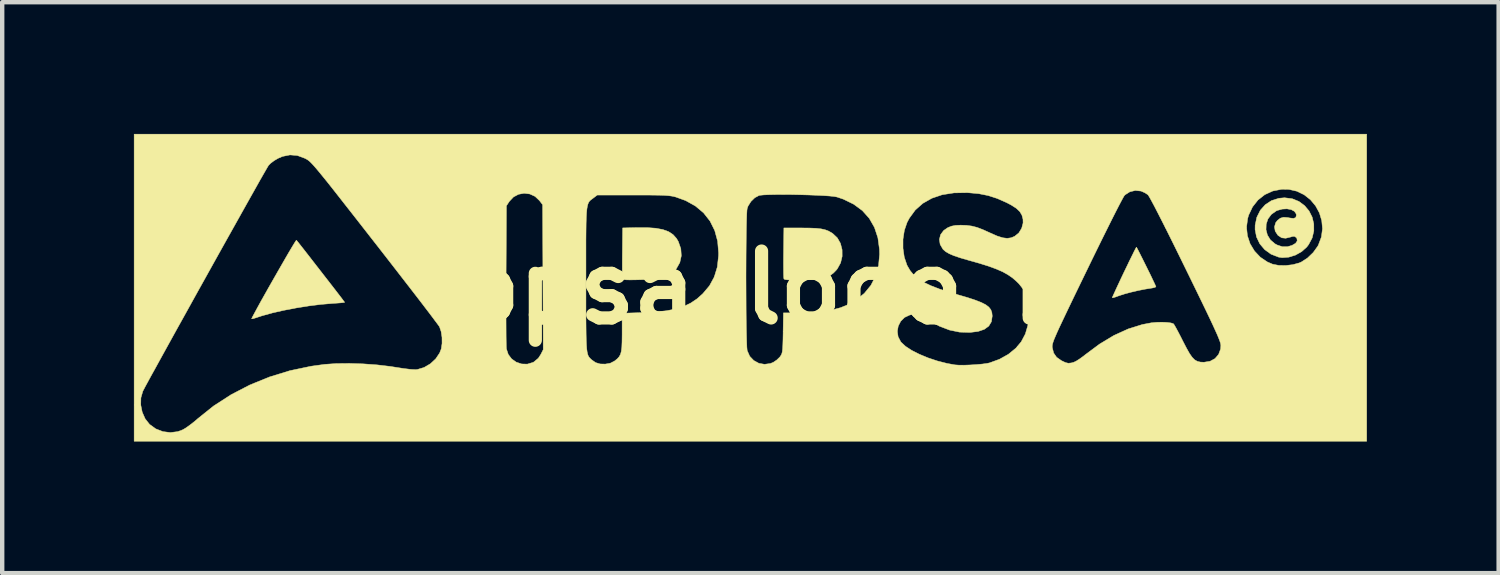
<source format=kicad_pcb>
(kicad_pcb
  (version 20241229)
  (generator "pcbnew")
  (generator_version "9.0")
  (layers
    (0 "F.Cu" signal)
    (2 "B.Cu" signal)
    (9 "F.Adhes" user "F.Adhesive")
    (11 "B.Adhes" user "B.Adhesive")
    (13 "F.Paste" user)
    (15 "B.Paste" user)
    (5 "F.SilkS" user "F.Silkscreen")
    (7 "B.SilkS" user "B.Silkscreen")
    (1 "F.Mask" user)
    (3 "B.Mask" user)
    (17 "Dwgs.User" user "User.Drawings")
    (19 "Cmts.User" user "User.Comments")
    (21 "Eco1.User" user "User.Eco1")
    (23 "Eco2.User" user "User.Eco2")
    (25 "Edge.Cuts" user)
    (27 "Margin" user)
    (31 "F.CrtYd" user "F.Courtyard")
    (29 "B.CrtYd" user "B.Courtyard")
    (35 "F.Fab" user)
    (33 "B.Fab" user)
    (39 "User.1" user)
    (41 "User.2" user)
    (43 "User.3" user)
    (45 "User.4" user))
  (footprint "ippsa logo b"
    (layer "F.Cu")
    (at 14.041 3.502)
    (property "Reference" "ippsa logo b" (at 0 0 0) (layer "F.SilkS") (effects (font (size 1.524 1.524) (thickness 0.3))))
    (attr through_hole)
    (fp_poly (pts (xy -2.354 -1.368) (xy -2.154 -1.354) (xy -1.992 -1.323) (xy -1.863 -1.276) (xy -1.762 -1.209) (xy -1.684 -1.122) (xy -1.642 -1.051) (xy -1.585 -0.888) (xy -1.574 -0.726) (xy -1.608 -0.572) (xy -1.687 -0.433) (xy -1.769 -0.346) (xy -1.834 -0.295) (xy -1.9 -0.257) (xy -1.975 -0.229) (xy -2.068 -0.209) (xy -2.188 -0.195) (xy -2.343 -0.186) (xy -2.478 -0.182) (xy -2.637 -0.178) (xy -2.752 -0.177) (xy -2.83 -0.179) (xy -2.879 -0.185) (xy -2.903 -0.195) (xy -2.91 -0.204) (xy -2.913 -0.238) (xy -2.916 -0.314) (xy -2.918 -0.425) (xy -2.918 -0.564) (xy -2.917 -0.721) (xy -2.916 -0.8) (xy -2.91 -1.361) (xy -2.597 -1.368) (xy -2.354 -1.368)) (stroke (width 0.01) (type solid)) (fill yes) (layer "F.SilkS"))
    (fp_poly (pts (xy 1.174 -1.36) (xy 1.358 -1.358) (xy 1.501 -1.352) (xy 1.613 -1.339) (xy 1.702 -1.319) (xy 1.778 -1.29) (xy 1.85 -1.25) (xy 1.875 -1.233) (xy 1.98 -1.134) (xy 2.051 -1.008) (xy 2.088 -0.864) (xy 2.089 -0.713) (xy 2.054 -0.565) (xy 1.98 -0.431) (xy 1.959 -0.404) (xy 1.89 -0.333) (xy 1.815 -0.279) (xy 1.726 -0.24) (xy 1.615 -0.212) (xy 1.474 -0.194) (xy 1.295 -0.183) (xy 1.193 -0.18) (xy 1.034 -0.176) (xy 0.919 -0.176) (xy 0.841 -0.179) (xy 0.792 -0.185) (xy 0.768 -0.195) (xy 0.762 -0.204) (xy 0.758 -0.238) (xy 0.755 -0.314) (xy 0.754 -0.425) (xy 0.753 -0.564) (xy 0.754 -0.721) (xy 0.755 -0.8) (xy 0.762 -1.361) (xy 1.174 -1.36)) (stroke (width 0.01) (type solid)) (fill yes) (layer "F.SilkS"))
    (fp_poly (pts (xy 8.804 -0.902) (xy 8.835 -0.844) (xy 8.879 -0.757) (xy 8.933 -0.65) (xy 8.992 -0.531) (xy 9.053 -0.408) (xy 9.112 -0.289) (xy 9.163 -0.181) (xy 9.204 -0.095) (xy 9.231 -0.036) (xy 9.236 -0.024) (xy 9.219 -0.009) (xy 9.165 0.005) (xy 9.124 0.012) (xy 8.986 0.034) (xy 8.83 0.065) (xy 8.672 0.102) (xy 8.526 0.141) (xy 8.41 0.178) (xy 8.385 0.187) (xy 8.311 0.214) (xy 8.259 0.229) (xy 8.241 0.228) (xy 8.251 0.201) (xy 8.28 0.137) (xy 8.323 0.043) (xy 8.377 -0.073) (xy 8.438 -0.204) (xy 8.504 -0.343) (xy 8.571 -0.481) (xy 8.634 -0.613) (xy 8.692 -0.73) (xy 8.739 -0.826) (xy 8.773 -0.892) (xy 8.79 -0.922) (xy 8.791 -0.923) (xy 8.804 -0.902)) (stroke (width 0.01) (type solid)) (fill yes) (layer "F.SilkS"))
    (fp_poly (pts (xy -10.34 -1.082) (xy -10.317 -1.054) (xy -10.269 -0.994) (xy -10.199 -0.905) (xy -10.113 -0.795) (xy -10.014 -0.668) (xy -9.907 -0.53) (xy -9.795 -0.386) (xy -9.683 -0.242) (xy -9.575 -0.103) (xy -9.475 0.026) (xy -9.388 0.139) (xy -9.317 0.231) (xy -9.268 0.297) (xy -9.243 0.33) (xy -9.241 0.333) (xy -9.264 0.338) (xy -9.327 0.345) (xy -9.421 0.352) (xy -9.522 0.359) (xy -9.783 0.381) (xy -10.062 0.416) (xy -10.348 0.462) (xy -10.629 0.516) (xy -10.893 0.576) (xy -11.126 0.641) (xy -11.26 0.685) (xy -11.321 0.704) (xy -11.356 0.709) (xy -11.36 0.705) (xy -11.335 0.654) (xy -11.29 0.57) (xy -11.229 0.457) (xy -11.155 0.322) (xy -11.07 0.171) (xy -10.978 0.007) (xy -10.881 -0.163) (xy -10.784 -0.333) (xy -10.689 -0.498) (xy -10.6 -0.653) (xy -10.519 -0.793) (xy -10.449 -0.911) (xy -10.394 -1.002) (xy -10.357 -1.061) (xy -10.34 -1.082) (xy -10.34 -1.082)) (stroke (width 0.01) (type solid)) (fill yes) (layer "F.SilkS"))
    (fp_poly (pts (xy 12.34 -2.026) (xy 12.493 -1.964) (xy 12.621 -1.869) (xy 12.723 -1.748) (xy 12.794 -1.607) (xy 12.831 -1.453) (xy 12.832 -1.293) (xy 12.794 -1.133) (xy 12.713 -0.981) (xy 12.671 -0.926) (xy 12.554 -0.821) (xy 12.413 -0.742) (xy 12.261 -0.695) (xy 12.111 -0.684) (xy 12.026 -0.697) (xy 11.855 -0.764) (xy 11.712 -0.868) (xy 11.6 -1.001) (xy 11.526 -1.156) (xy 11.495 -1.32) (xy 11.743 -1.32) (xy 11.775 -1.198) (xy 11.843 -1.088) (xy 11.947 -0.999) (xy 12 -0.971) (xy 12.118 -0.932) (xy 12.228 -0.932) (xy 12.336 -0.964) (xy 12.415 -1.01) (xy 12.453 -1.064) (xy 12.447 -1.12) (xy 12.428 -1.144) (xy 12.392 -1.169) (xy 12.348 -1.167) (xy 12.305 -1.154) (xy 12.191 -1.126) (xy 12.101 -1.136) (xy 12.022 -1.187) (xy 12.011 -1.197) (xy 11.952 -1.287) (xy 11.936 -1.385) (xy 11.963 -1.48) (xy 12.003 -1.531) (xy 12.069 -1.583) (xy 12.142 -1.604) (xy 12.238 -1.597) (xy 12.282 -1.588) (xy 12.371 -1.578) (xy 12.421 -1.598) (xy 12.434 -1.649) (xy 12.429 -1.682) (xy 12.39 -1.739) (xy 12.317 -1.778) (xy 12.22 -1.796) (xy 12.112 -1.79) (xy 12.003 -1.76) (xy 11.977 -1.749) (xy 11.864 -1.669) (xy 11.787 -1.565) (xy 11.747 -1.446) (xy 11.743 -1.32) (xy 11.495 -1.32) (xy 11.494 -1.327) (xy 11.495 -1.423) (xy 11.534 -1.605) (xy 11.613 -1.763) (xy 11.726 -1.89) (xy 11.868 -1.983) (xy 12.035 -2.036) (xy 12.165 -2.048) (xy 12.34 -2.026)) (stroke (width 0.01) (type solid)) (fill yes) (layer "F.SilkS"))
    (fp_poly (pts (xy 14.036 3.497) (xy -14.036 3.497) (xy -14.036 2.671) (xy -13.885 2.671) (xy -13.852 2.834) (xy -13.785 2.986) (xy -13.686 3.111) (xy -13.683 3.114) (xy -13.543 3.215) (xy -13.381 3.278) (xy -13.21 3.299) (xy -13.041 3.278) (xy -12.925 3.234) (xy -12.853 3.191) (xy -12.76 3.124) (xy -12.657 3.044) (xy -12.588 2.984) (xy -12.226 2.694) (xy -11.83 2.438) (xy -11.405 2.217) (xy -10.956 2.034) (xy -10.488 1.89) (xy -10.007 1.789) (xy -9.694 1.746) (xy -9.429 1.728) (xy -9.132 1.725) (xy -8.818 1.735) (xy -8.504 1.758) (xy -8.206 1.793) (xy -8.098 1.81) (xy -7.899 1.841) (xy -7.743 1.86) (xy -7.632 1.866) (xy -7.586 1.863) (xy -7.432 1.817) (xy -7.289 1.733) (xy -7.167 1.62) (xy -7.078 1.487) (xy -7.041 1.392) (xy -7.023 1.27) (xy -7.024 1.132) (xy -7.044 1) (xy -7.08 0.894) (xy -7.081 0.891) (xy -7.104 0.858) (xy -7.155 0.789) (xy -7.232 0.686) (xy -7.333 0.552) (xy -7.368 0.507) (xy -5.566 0.507) (xy -5.566 0.735) (xy -5.565 0.937) (xy -5.564 1.108) (xy -5.562 1.243) (xy -5.56 1.339) (xy -5.557 1.39) (xy -5.557 1.393) (xy -5.515 1.52) (xy -5.438 1.622) (xy -5.333 1.696) (xy -5.211 1.737) (xy -5.081 1.741) (xy -4.952 1.702) (xy -4.933 1.692) (xy -4.83 1.606) (xy -4.776 1.523) (xy -4.719 1.411) (xy -4.726 -0.239) (xy -4.727 -0.571) (xy -3.746 -0.571) (xy -3.746 -0.243) (xy -3.746 -0.187) (xy -3.746 0.146) (xy -3.746 0.433) (xy -3.746 0.677) (xy -3.744 0.883) (xy -3.742 1.053) (xy -3.739 1.192) (xy -3.734 1.304) (xy -3.728 1.391) (xy -3.719 1.459) (xy -3.708 1.51) (xy -3.695 1.548) (xy -3.679 1.577) (xy -3.66 1.6) (xy -3.638 1.622) (xy -3.618 1.641) (xy -3.526 1.706) (xy -3.423 1.737) (xy -3.305 1.74) (xy -3.191 1.72) (xy -3.098 1.672) (xy -3.086 1.664) (xy -3.031 1.619) (xy -2.99 1.573) (xy -2.96 1.52) (xy -2.941 1.451) (xy -2.929 1.358) (xy -2.924 1.234) (xy -2.922 1.069) (xy -2.922 1.017) (xy -2.922 0.582) (xy -2.441 0.567) (xy -2.154 0.552) (xy -1.909 0.525) (xy -1.699 0.484) (xy -1.518 0.426) (xy -1.359 0.35) (xy -1.215 0.253) (xy -1.085 0.137) (xy -0.933 -0.043) (xy -0.823 -0.245) (xy -0.823 -0.246) (xy -0.101 -0.246) (xy -0.1 0.006) (xy -0.099 0.254) (xy -0.098 0.492) (xy -0.096 0.716) (xy -0.093 0.919) (xy -0.089 1.096) (xy -0.085 1.243) (xy -0.081 1.352) (xy -0.075 1.42) (xy -0.072 1.436) (xy -0.015 1.563) (xy 0.077 1.659) (xy 0.192 1.722) (xy 0.321 1.745) (xy 0.455 1.727) (xy 0.523 1.699) (xy 0.601 1.646) (xy 0.669 1.58) (xy 0.678 1.568) (xy 0.699 1.536) (xy 0.715 1.502) (xy 0.726 1.458) (xy 0.733 1.396) (xy 0.738 1.308) (xy 0.742 1.186) (xy 0.745 1.03) (xy 0.745 0.995) (xy 3.346 0.995) (xy 3.364 1.118) (xy 3.424 1.232) (xy 3.434 1.244) (xy 3.533 1.336) (xy 3.674 1.428) (xy 3.848 1.516) (xy 4.045 1.598) (xy 4.258 1.669) (xy 4.477 1.725) (xy 4.658 1.758) (xy 4.744 1.764) (xy 4.865 1.765) (xy 5.005 1.76) (xy 5.149 1.751) (xy 5.283 1.739) (xy 5.391 1.724) (xy 5.444 1.713) (xy 5.672 1.63) (xy 5.876 1.516) (xy 6.046 1.377) (xy 6.077 1.34) (xy 6.873 1.34) (xy 6.875 1.363) (xy 6.875 1.365) (xy 6.907 1.489) (xy 6.974 1.585) (xy 7.084 1.662) (xy 7.094 1.667) (xy 7.177 1.706) (xy 7.241 1.721) (xy 7.307 1.714) (xy 7.361 1.7) (xy 7.417 1.674) (xy 7.496 1.624) (xy 7.586 1.559) (xy 7.623 1.529) (xy 7.951 1.285) (xy 8.278 1.088) (xy 8.603 0.94) (xy 8.926 0.839) (xy 9.131 0.8) (xy 9.249 0.789) (xy 9.372 0.786) (xy 9.486 0.791) (xy 9.578 0.803) (xy 9.634 0.821) (xy 9.634 0.821) (xy 9.653 0.847) (xy 9.69 0.911) (xy 9.74 1.004) (xy 9.8 1.119) (xy 9.848 1.215) (xy 9.932 1.377) (xy 10 1.498) (xy 10.061 1.585) (xy 10.118 1.643) (xy 10.178 1.677) (xy 10.246 1.694) (xy 10.328 1.698) (xy 10.33 1.698) (xy 10.468 1.676) (xy 10.581 1.615) (xy 10.663 1.52) (xy 10.708 1.398) (xy 10.714 1.322) (xy 10.712 1.296) (xy 10.705 1.261) (xy 10.69 1.215) (xy 10.667 1.155) (xy 10.635 1.077) (xy 10.591 0.979) (xy 10.535 0.856) (xy 10.465 0.707) (xy 10.379 0.527) (xy 10.276 0.314) (xy 10.155 0.065) (xy 10.014 -0.224) (xy 9.915 -0.426) (xy 9.763 -0.736) (xy 9.622 -1.022) (xy 9.494 -1.279) (xy 9.444 -1.378) (xy 11.299 -1.378) (xy 11.319 -1.184) (xy 11.38 -1.001) (xy 11.48 -0.835) (xy 11.613 -0.694) (xy 11.775 -0.585) (xy 11.896 -0.534) (xy 12.032 -0.508) (xy 12.19 -0.505) (xy 12.352 -0.524) (xy 12.496 -0.563) (xy 12.544 -0.583) (xy 12.687 -0.675) (xy 12.818 -0.801) (xy 12.92 -0.943) (xy 12.934 -0.968) (xy 13.004 -1.154) (xy 13.029 -1.342) (xy 13.012 -1.527) (xy 12.959 -1.703) (xy 12.872 -1.863) (xy 12.755 -2.003) (xy 12.612 -2.116) (xy 12.446 -2.197) (xy 12.263 -2.239) (xy 12.101 -2.242) (xy 11.897 -2.202) (xy 11.715 -2.119) (xy 11.56 -1.997) (xy 11.436 -1.84) (xy 11.347 -1.652) (xy 11.325 -1.575) (xy 11.299 -1.378) (xy 9.444 -1.378) (xy 9.379 -1.507) (xy 9.279 -1.703) (xy 9.196 -1.864) (xy 9.13 -1.987) (xy 9.083 -2.071) (xy 9.056 -2.113) (xy 9.053 -2.116) (xy 8.987 -2.16) (xy 8.904 -2.197) (xy 8.891 -2.201) (xy 8.766 -2.214) (xy 8.642 -2.184) (xy 8.535 -2.116) (xy 8.518 -2.099) (xy 8.497 -2.066) (xy 8.456 -1.991) (xy 8.397 -1.879) (xy 8.322 -1.733) (xy 8.233 -1.557) (xy 8.132 -1.354) (xy 8.02 -1.129) (xy 7.9 -0.885) (xy 7.773 -0.626) (xy 7.658 -0.389) (xy 7.507 -0.078) (xy 7.376 0.192) (xy 7.265 0.423) (xy 7.171 0.62) (xy 7.093 0.784) (xy 7.029 0.92) (xy 6.979 1.03) (xy 6.941 1.118) (xy 6.912 1.187) (xy 6.893 1.241) (xy 6.881 1.282) (xy 6.875 1.314) (xy 6.873 1.34) (xy 6.077 1.34) (xy 6.168 1.231) (xy 6.262 1.053) (xy 6.319 0.857) (xy 6.34 0.635) (xy 6.338 0.516) (xy 6.32 0.325) (xy 6.28 0.169) (xy 6.214 0.035) (xy 6.116 -0.089) (xy 6.06 -0.144) (xy 5.966 -0.226) (xy 5.86 -0.298) (xy 5.739 -0.365) (xy 5.593 -0.428) (xy 5.418 -0.492) (xy 5.206 -0.558) (xy 4.971 -0.624) (xy 4.782 -0.679) (xy 4.636 -0.728) (xy 4.526 -0.775) (xy 4.446 -0.822) (xy 4.389 -0.872) (xy 4.384 -0.878) (xy 4.321 -0.986) (xy 4.304 -1.099) (xy 4.331 -1.207) (xy 4.401 -1.302) (xy 4.495 -1.367) (xy 4.579 -1.401) (xy 4.672 -1.419) (xy 4.79 -1.424) (xy 4.924 -1.419) (xy 5.044 -1.403) (xy 5.164 -1.372) (xy 5.297 -1.321) (xy 5.458 -1.248) (xy 5.463 -1.246) (xy 5.619 -1.177) (xy 5.745 -1.137) (xy 5.848 -1.124) (xy 5.94 -1.137) (xy 6.019 -1.171) (xy 6.112 -1.246) (xy 6.178 -1.353) (xy 6.21 -1.474) (xy 6.208 -1.56) (xy 6.183 -1.653) (xy 6.135 -1.733) (xy 6.057 -1.807) (xy 5.942 -1.881) (xy 5.836 -1.937) (xy 5.621 -2.032) (xy 5.416 -2.098) (xy 5.201 -2.141) (xy 4.958 -2.163) (xy 4.933 -2.164) (xy 4.636 -2.159) (xy 4.368 -2.117) (xy 4.132 -2.037) (xy 3.927 -1.921) (xy 3.755 -1.769) (xy 3.618 -1.581) (xy 3.567 -1.484) (xy 3.506 -1.305) (xy 3.475 -1.104) (xy 3.475 -0.896) (xy 3.504 -0.695) (xy 3.564 -0.518) (xy 3.574 -0.497) (xy 3.639 -0.387) (xy 3.72 -0.29) (xy 3.822 -0.202) (xy 3.95 -0.122) (xy 4.109 -0.046) (xy 4.304 0.03) (xy 4.54 0.107) (xy 4.725 0.161) (xy 4.945 0.225) (xy 5.121 0.283) (xy 5.257 0.336) (xy 5.359 0.388) (xy 5.43 0.442) (xy 5.475 0.5) (xy 5.499 0.566) (xy 5.507 0.641) (xy 5.507 0.649) (xy 5.488 0.776) (xy 5.428 0.875) (xy 5.328 0.948) (xy 5.187 0.996) (xy 5.002 1.019) (xy 4.995 1.019) (xy 4.763 1.012) (xy 4.535 0.965) (xy 4.305 0.877) (xy 4.064 0.745) (xy 4.034 0.725) (xy 3.908 0.654) (xy 3.804 0.616) (xy 3.708 0.608) (xy 3.629 0.622) (xy 3.511 0.677) (xy 3.423 0.765) (xy 3.367 0.874) (xy 3.346 0.995) (xy 0.745 0.995) (xy 0.752 0.574) (xy 1.069 0.574) (xy 1.372 0.567) (xy 1.632 0.546) (xy 1.859 0.508) (xy 2.057 0.454) (xy 2.234 0.381) (xy 2.396 0.288) (xy 2.403 0.284) (xy 2.594 0.129) (xy 2.744 -0.054) (xy 2.852 -0.264) (xy 2.918 -0.5) (xy 2.942 -0.76) (xy 2.939 -0.874) (xy 2.903 -1.137) (xy 2.825 -1.373) (xy 2.707 -1.579) (xy 2.55 -1.755) (xy 2.352 -1.901) (xy 2.117 -2.016) (xy 1.972 -2.065) (xy 1.907 -2.077) (xy 1.802 -2.088) (xy 1.663 -2.097) (xy 1.499 -2.105) (xy 1.317 -2.112) (xy 1.126 -2.117) (xy 0.933 -2.121) (xy 0.747 -2.122) (xy 0.575 -2.121) (xy 0.424 -2.118) (xy 0.304 -2.113) (xy 0.222 -2.105) (xy 0.196 -2.1) (xy 0.1 -2.049) (xy 0.012 -1.963) (xy -0.054 -1.858) (xy -0.073 -1.805) (xy -0.079 -1.76) (xy -0.084 -1.669) (xy -0.088 -1.54) (xy -0.092 -1.377) (xy -0.095 -1.186) (xy -0.097 -0.972) (xy -0.099 -0.74) (xy -0.1 -0.496) (xy -0.101 -0.246) (xy -0.823 -0.246) (xy -0.754 -0.471) (xy -0.726 -0.726) (xy -0.725 -0.794) (xy -0.747 -1.06) (xy -0.813 -1.302) (xy -0.92 -1.517) (xy -1.067 -1.704) (xy -1.253 -1.86) (xy -1.476 -1.984) (xy -1.7 -2.065) (xy -1.751 -2.078) (xy -1.806 -2.088) (xy -1.871 -2.096) (xy -1.954 -2.102) (xy -2.059 -2.106) (xy -2.194 -2.108) (xy -2.364 -2.11) (xy -2.575 -2.11) (xy -2.674 -2.11) (xy -3.488 -2.11) (xy -3.58 -2.04) (xy -3.612 -2.016) (xy -3.64 -1.995) (xy -3.664 -1.972) (xy -3.684 -1.943) (xy -3.7 -1.906) (xy -3.713 -1.857) (xy -3.724 -1.792) (xy -3.732 -1.706) (xy -3.738 -1.597) (xy -3.742 -1.461) (xy -3.744 -1.294) (xy -3.746 -1.093) (xy -3.746 -0.853) (xy -3.746 -0.571) (xy -4.727 -0.571) (xy -4.733 -1.89) (xy -4.805 -1.984) (xy -4.905 -2.079) (xy -5.025 -2.134) (xy -5.153 -2.15) (xy -5.281 -2.127) (xy -5.396 -2.066) (xy -5.49 -1.966) (xy -5.491 -1.965) (xy -5.557 -1.864) (xy -5.565 -0.289) (xy -5.566 -0.01) (xy -5.566 0.257) (xy -5.566 0.507) (xy -7.368 0.507) (xy -7.456 0.391) (xy -7.599 0.205) (xy -7.759 -0.002) (xy -7.935 -0.229) (xy -8.123 -0.472) (xy -8.322 -0.728) (xy -8.529 -0.994) (xy -8.563 -1.037) (xy -8.805 -1.347) (xy -9.018 -1.62) (xy -9.205 -1.858) (xy -9.367 -2.065) (xy -9.506 -2.242) (xy -9.625 -2.392) (xy -9.726 -2.517) (xy -9.81 -2.62) (xy -9.879 -2.703) (xy -9.936 -2.769) (xy -9.983 -2.82) (xy -10.021 -2.859) (xy -10.053 -2.888) (xy -10.081 -2.909) (xy -10.107 -2.925) (xy -10.132 -2.939) (xy -10.146 -2.946) (xy -10.318 -3.01) (xy -10.486 -3.024) (xy -10.655 -2.99) (xy -10.758 -2.946) (xy -10.848 -2.893) (xy -10.929 -2.832) (xy -10.974 -2.786) (xy -10.993 -2.755) (xy -11.035 -2.683) (xy -11.097 -2.575) (xy -11.178 -2.433) (xy -11.275 -2.26) (xy -11.387 -2.061) (xy -11.512 -1.838) (xy -11.648 -1.595) (xy -11.793 -1.336) (xy -11.946 -1.063) (xy -12.104 -0.78) (xy -12.265 -0.491) (xy -12.428 -0.198) (xy -12.591 0.094) (xy -12.751 0.383) (xy -12.908 0.666) (xy -13.059 0.937) (xy -13.202 1.196) (xy -13.335 1.437) (xy -13.457 1.658) (xy -13.565 1.855) (xy -13.659 2.024) (xy -13.735 2.164) (xy -13.792 2.269) (xy -13.828 2.338) (xy -13.839 2.36) (xy -13.882 2.509) (xy -13.885 2.671) (xy -14.036 2.671) (xy -14.036 -3.497) (xy 14.036 -3.497) (xy 14.036 3.497)) (stroke (width 0.01) (type solid)) (fill yes) (layer "F.SilkS")))
  (gr_rect
    (start -3 -3)
    (end 31.082 10.003)
    (stroke (width 0.1) (type default))
    (fill no)
    (layer "Edge.Cuts")))
</source>
